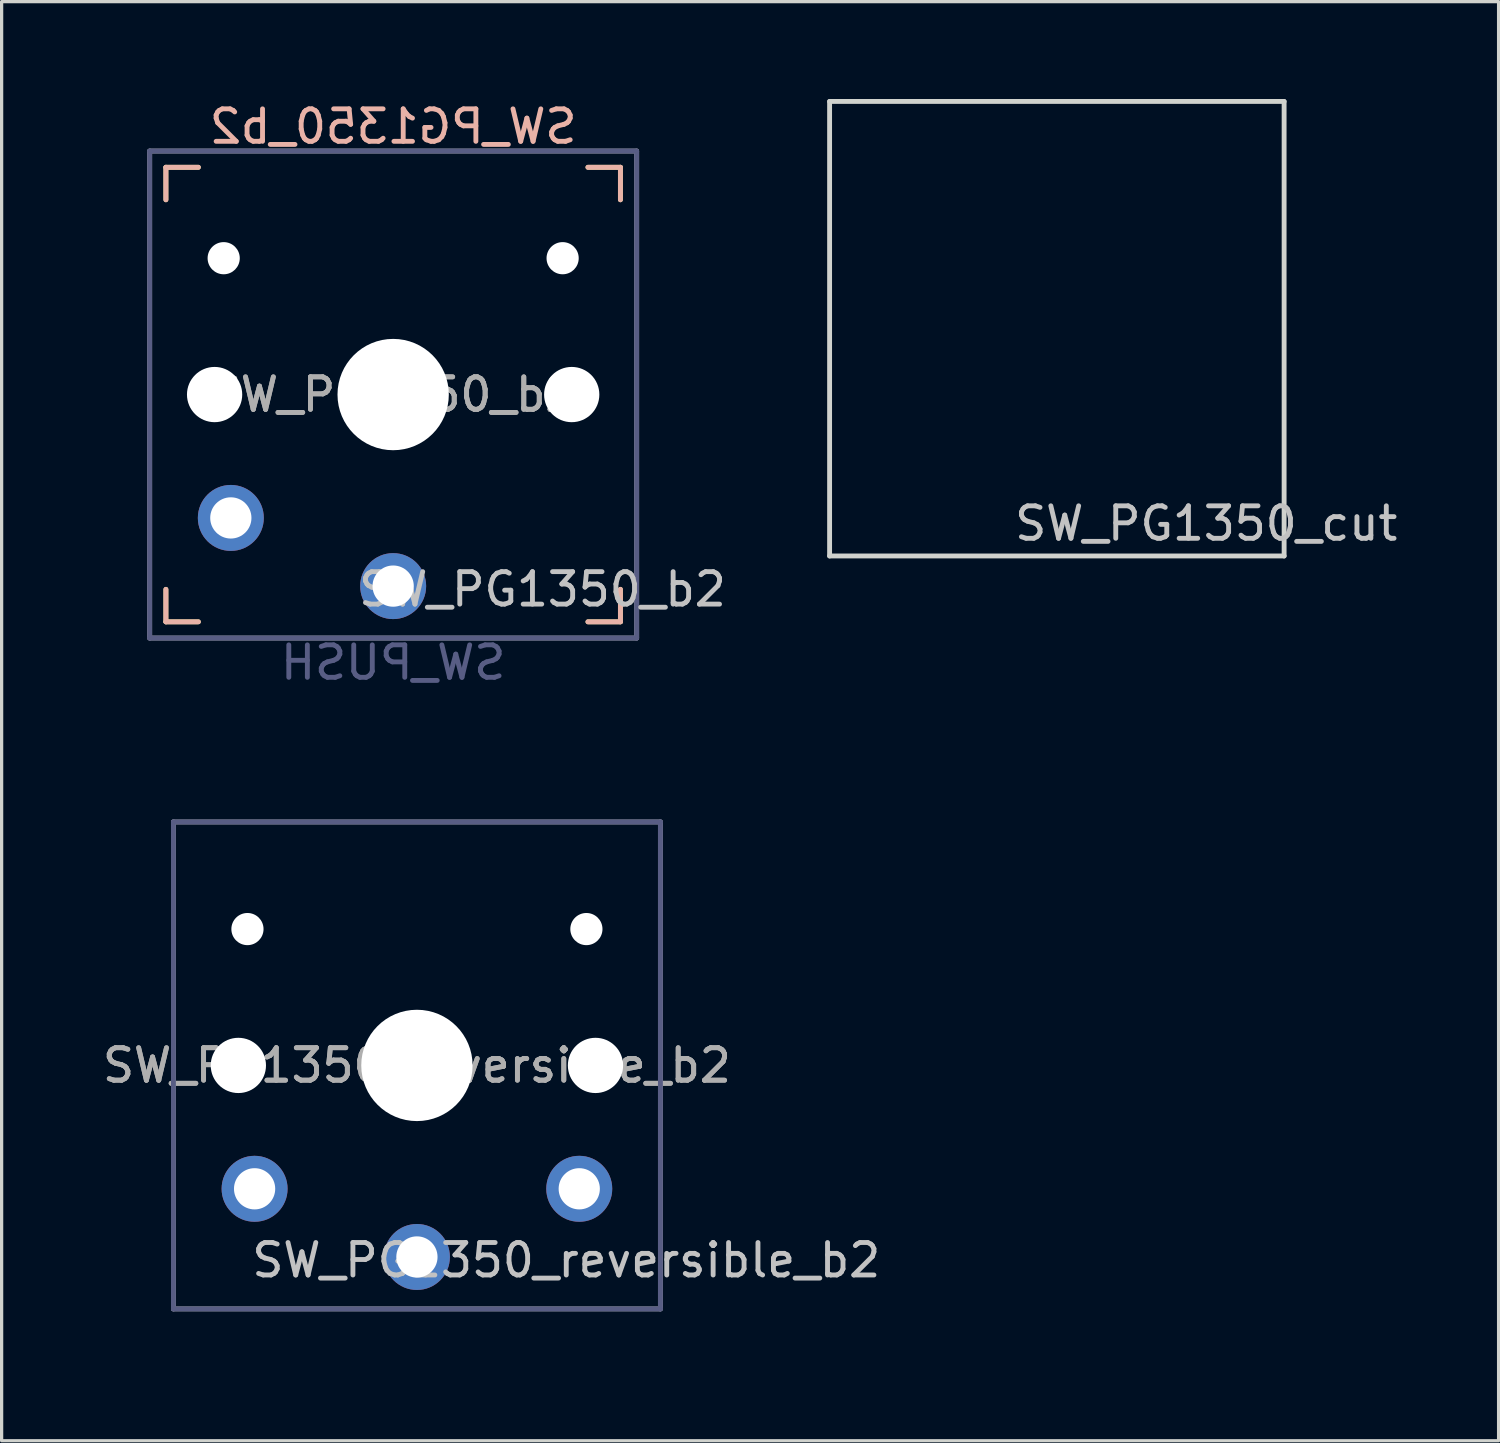
<source format=kicad_pcb>
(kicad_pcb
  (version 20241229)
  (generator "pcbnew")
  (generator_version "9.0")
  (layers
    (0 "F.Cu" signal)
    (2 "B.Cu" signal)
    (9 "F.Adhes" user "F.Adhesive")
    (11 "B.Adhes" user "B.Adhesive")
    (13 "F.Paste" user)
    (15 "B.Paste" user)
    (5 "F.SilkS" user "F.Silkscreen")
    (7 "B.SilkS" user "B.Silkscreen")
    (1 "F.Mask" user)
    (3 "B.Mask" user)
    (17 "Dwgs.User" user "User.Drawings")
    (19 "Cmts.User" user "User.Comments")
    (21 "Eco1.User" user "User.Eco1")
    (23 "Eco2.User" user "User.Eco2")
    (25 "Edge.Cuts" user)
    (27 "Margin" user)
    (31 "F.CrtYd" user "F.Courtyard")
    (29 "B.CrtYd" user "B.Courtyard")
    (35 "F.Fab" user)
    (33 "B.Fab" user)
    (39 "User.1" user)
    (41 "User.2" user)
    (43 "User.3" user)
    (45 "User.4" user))
  (footprint "SW_PG1350_reversible_b2"
    (layer "F.Cu")
    (at 9.792 29.767)
    (property "Reference" "SW_PG1350_reversible_b2" (at 4.6 6 0) (layer "Dwgs.User") (effects (font (size 1 1) (thickness 0.15))))
    (attr through_hole)
    (fp_line (start -9 -8.5) (end 9 -8.5) (stroke (width 0.12) (type solid)) (layer "Eco1.User"))
    (fp_line (start -9 8.5) (end -9 -8.5) (stroke (width 0.12) (type solid)) (layer "Eco1.User"))
    (fp_line (start -9 8.5) (end 9 8.5) (stroke (width 0.12) (type solid)) (layer "Eco1.User"))
    (fp_line (start 9 8.5) (end 9 -8.5) (stroke (width 0.12) (type solid)) (layer "Eco1.User"))
    (fp_line (start -6.9 6.9) (end -6.9 -6.9) (stroke (width 0.15) (type solid)) (layer "Eco2.User"))
    (fp_line (start -6.9 6.9) (end 6.9 6.9) (stroke (width 0.15) (type solid)) (layer "Eco2.User"))
    (fp_line (start -2.6 -3.1) (end -2.6 -6.3) (stroke (width 0.15) (type solid)) (layer "Eco2.User"))
    (fp_line (start -2.6 -3.1) (end 2.6 -3.1) (stroke (width 0.15) (type solid)) (layer "Eco2.User"))
    (fp_line (start 2.6 -6.3) (end -2.6 -6.3) (stroke (width 0.15) (type solid)) (layer "Eco2.User"))
    (fp_line (start 2.6 -3.1) (end 2.6 -6.3) (stroke (width 0.15) (type solid)) (layer "Eco2.User"))
    (fp_line (start 6.9 -6.9) (end -6.9 -6.9) (stroke (width 0.15) (type solid)) (layer "Eco2.User"))
    (fp_line (start 6.9 -6.9) (end 6.9 6.9) (stroke (width 0.15) (type solid)) (layer "Eco2.User"))
    (fp_line (start -7.5 -7.5) (end 7.5 -7.5) (stroke (width 0.15) (type solid)) (layer "B.Fab"))
    (fp_line (start -7.5 7.5) (end -7.5 -7.5) (stroke (width 0.15) (type solid)) (layer "B.Fab"))
    (fp_line (start 7.5 -7.5) (end 7.5 7.5) (stroke (width 0.15) (type solid)) (layer "B.Fab"))
    (fp_line (start 7.5 7.5) (end -7.5 7.5) (stroke (width 0.15) (type solid)) (layer "B.Fab"))
    (fp_line (start -7.5 -7.5) (end 7.5 -7.5) (stroke (width 0.15) (type solid)) (layer "F.Fab"))
    (fp_line (start -7.5 7.5) (end -7.5 -7.5) (stroke (width 0.15) (type solid)) (layer "F.Fab"))
    (fp_line (start 7.5 -7.5) (end 7.5 7.5) (stroke (width 0.15) (type solid)) (layer "F.Fab"))
    (fp_line (start 7.5 7.5) (end -7.5 7.5) (stroke (width 0.15) (type solid)) (layer "F.Fab"))
    (fp_text user "${REFERENCE}" (at 0 0 180) (layer "F.Fab") (effects (font (size 1 1) (thickness 0.15))))
    (fp_text user "${REFERENCE}" (at 0 0 180) (layer "F.Fab") (effects (font (size 1 1) (thickness 0.15))))
    (pad "" np_thru_hole circle (at -5.5 0) (size 1.702 1.702) (drill 1.702) (layers "*.Cu" "*.Mask"))
    (pad "" np_thru_hole circle (at -5.22 -4.2) (size 0.991 0.991) (drill 0.991) (layers "*.Cu" "*.Mask"))
    (pad "" np_thru_hole circle (at 0 0) (size 3.429 3.429) (drill 3.429) (layers "*.Cu" "*.Mask"))
    (pad "" np_thru_hole circle (at 5.22 -4.2) (size 0.991 0.991) (drill 0.991) (layers "*.Cu" "*.Mask"))
    (pad "" np_thru_hole circle (at 5.5 0) (size 1.702 1.702) (drill 1.702) (layers "*.Cu" "*.Mask"))
    (pad "1" thru_hole circle (at 0 5.9) (size 2.032 2.032) (drill 1.27) (layers "*.Cu" "*.Mask"))
    (pad "2" thru_hole circle (at -5 3.8) (size 2.032 2.032) (drill 1.27) (layers "*.Cu" "*.Mask"))
    (pad "2" thru_hole circle (at 5 3.8) (size 2.032 2.032) (drill 1.27) (layers "*.Cu" "*.Mask")))
  (footprint "SW_PG1350_cut"
    (layer "F.Cu")
    (at 29.503 7.075)
    (property "Reference" "SW_PG1350_cut" (at 4.6 6 180) (layer "Dwgs.User") (effects (font (size 1 1) (thickness 0.15))))
    (attr through_hole)
    (fp_line (start -7 -7) (end 7 -7) (stroke (width 0.15) (type solid)) (layer "Edge.Cuts"))
    (fp_line (start -7 7) (end -7 -7) (stroke (width 0.15) (type solid)) (layer "Edge.Cuts"))
    (fp_line (start -7 7) (end 7 7) (stroke (width 0.15) (type solid)) (layer "Edge.Cuts"))
    (fp_line (start 7 7) (end 7 -7) (stroke (width 0.15) (type solid)) (layer "Edge.Cuts")))
  (footprint "SW_PG1350_b2"
    (layer "F.Cu")
    (at 9.06 9.103)
    (property "Reference" "SW_PG1350_b2" (at 4.6 6 180) (layer "Dwgs.User") (effects (font (size 1 1) (thickness 0.15))))
    (property "Value" "SW_PUSH" (at -0.5 6 180) (layer "Dwgs.User") (hide yes) (effects (font (size 1 1) (thickness 0.15))))
    (attr through_hole)
    (fp_line (start -7 -7) (end -6 -7) (stroke (width 0.15) (type solid)) (layer "F.SilkS"))
    (fp_line (start -7 -6) (end -7 -7) (stroke (width 0.15) (type solid)) (layer "F.SilkS"))
    (fp_line (start -7 7) (end -7 6) (stroke (width 0.15) (type solid)) (layer "F.SilkS"))
    (fp_line (start -6 7) (end -7 7) (stroke (width 0.15) (type solid)) (layer "F.SilkS"))
    (fp_line (start 6 -7) (end 7 -7) (stroke (width 0.15) (type solid)) (layer "F.SilkS"))
    (fp_line (start 7 -7) (end 7 -6) (stroke (width 0.15) (type solid)) (layer "F.SilkS"))
    (fp_line (start 7 6) (end 7 7) (stroke (width 0.15) (type solid)) (layer "F.SilkS"))
    (fp_line (start 7 7) (end 6 7) (stroke (width 0.15) (type solid)) (layer "F.SilkS"))
    (fp_line (start -7 -7) (end -6 -7) (stroke (width 0.15) (type solid)) (layer "B.SilkS"))
    (fp_line (start -7 -6) (end -7 -7) (stroke (width 0.15) (type solid)) (layer "B.SilkS"))
    (fp_line (start -7 7) (end -7 6) (stroke (width 0.15) (type solid)) (layer "B.SilkS"))
    (fp_line (start -6 7) (end -7 7) (stroke (width 0.15) (type solid)) (layer "B.SilkS"))
    (fp_line (start 6 -7) (end 7 -7) (stroke (width 0.15) (type solid)) (layer "B.SilkS"))
    (fp_line (start 7 -7) (end 7 -6) (stroke (width 0.15) (type solid)) (layer "B.SilkS"))
    (fp_line (start 7 6) (end 7 7) (stroke (width 0.15) (type solid)) (layer "B.SilkS"))
    (fp_line (start 7 7) (end 6 7) (stroke (width 0.15) (type solid)) (layer "B.SilkS"))
    (fp_line (start -9 -8.5) (end 9 -8.5) (stroke (width 0.12) (type solid)) (layer "Eco1.User"))
    (fp_line (start -9 8.5) (end -9 -8.5) (stroke (width 0.12) (type solid)) (layer "Eco1.User"))
    (fp_line (start -9 8.5) (end 9 8.5) (stroke (width 0.12) (type solid)) (layer "Eco1.User"))
    (fp_line (start 9 8.5) (end 9 -8.5) (stroke (width 0.12) (type solid)) (layer "Eco1.User"))
    (fp_line (start -6.9 6.9) (end -6.9 -6.9) (stroke (width 0.15) (type solid)) (layer "Eco2.User"))
    (fp_line (start -6.9 6.9) (end 6.9 6.9) (stroke (width 0.15) (type solid)) (layer "Eco2.User"))
    (fp_line (start -2.6 -3.1) (end -2.6 -6.3) (stroke (width 0.15) (type solid)) (layer "Eco2.User"))
    (fp_line (start -2.6 -3.1) (end 2.6 -3.1) (stroke (width 0.15) (type solid)) (layer "Eco2.User"))
    (fp_line (start 2.6 -6.3) (end -2.6 -6.3) (stroke (width 0.15) (type solid)) (layer "Eco2.User"))
    (fp_line (start 2.6 -3.1) (end 2.6 -6.3) (stroke (width 0.15) (type solid)) (layer "Eco2.User"))
    (fp_line (start 6.9 -6.9) (end -6.9 -6.9) (stroke (width 0.15) (type solid)) (layer "Eco2.User"))
    (fp_line (start 6.9 -6.9) (end 6.9 6.9) (stroke (width 0.15) (type solid)) (layer "Eco2.User"))
    (fp_line (start -7.5 -7.5) (end 7.5 -7.5) (stroke (width 0.15) (type solid)) (layer "B.Fab"))
    (fp_line (start -7.5 7.5) (end -7.5 -7.5) (stroke (width 0.15) (type solid)) (layer "B.Fab"))
    (fp_line (start 7.5 -7.5) (end 7.5 7.5) (stroke (width 0.15) (type solid)) (layer "B.Fab"))
    (fp_line (start 7.5 7.5) (end -7.5 7.5) (stroke (width 0.15) (type solid)) (layer "B.Fab"))
    (fp_line (start -7.5 -7.5) (end 7.5 -7.5) (stroke (width 0.15) (type solid)) (layer "F.Fab"))
    (fp_line (start -7.5 7.5) (end -7.5 -7.5) (stroke (width 0.15) (type solid)) (layer "F.Fab"))
    (fp_line (start 7.5 -7.5) (end 7.5 7.5) (stroke (width 0.15) (type solid)) (layer "F.Fab"))
    (fp_line (start 7.5 7.5) (end -7.5 7.5) (stroke (width 0.15) (type solid)) (layer "F.Fab"))
    (fp_text user "${REFERENCE}" (at 0 -8.255 0) (layer "B.SilkS") (effects (font (size 1 1) (thickness 0.15)) (justify mirror)))
    (fp_text user "${VALUE}" (at 0 8.255 0) (layer "B.Fab") (effects (font (size 1 1) (thickness 0.15)) (justify mirror)))
    (fp_text user "${REFERENCE}" (at 0 0 0) (layer "F.Fab") (effects (font (size 1 1) (thickness 0.15))))
    (fp_text user "${REFERENCE}" (at 0 0 0) (layer "F.Fab") (effects (font (size 1 1) (thickness 0.15))))
    (pad "" np_thru_hole circle (at -5.5 0) (size 1.702 1.702) (drill 1.702) (layers "*.Cu" "*.Mask"))
    (pad "" np_thru_hole circle (at -5.22 -4.2) (size 0.991 0.991) (drill 0.991) (layers "*.Cu" "*.Mask"))
    (pad "" np_thru_hole circle (at 0 0) (size 3.429 3.429) (drill 3.429) (layers "*.Cu" "*.Mask"))
    (pad "" np_thru_hole circle (at 5.22 -4.2) (size 0.991 0.991) (drill 0.991) (layers "*.Cu" "*.Mask"))
    (pad "" np_thru_hole circle (at 5.5 0) (size 1.702 1.702) (drill 1.702) (layers "*.Cu" "*.Mask"))
    (pad "1" thru_hole circle (at 0 5.9) (size 2.032 2.032) (drill 1.27) (layers "*.Cu" "*.Mask"))
    (pad "2" thru_hole circle (at -5 3.8) (size 2.032 2.032) (drill 1.27) (layers "*.Cu" "*.Mask")))
  (gr_rect
    (start -3 -3)
    (end 43.109 41.327)
    (stroke (width 0.1) (type default))
    (fill no)
    (layer "Edge.Cuts")))
</source>
